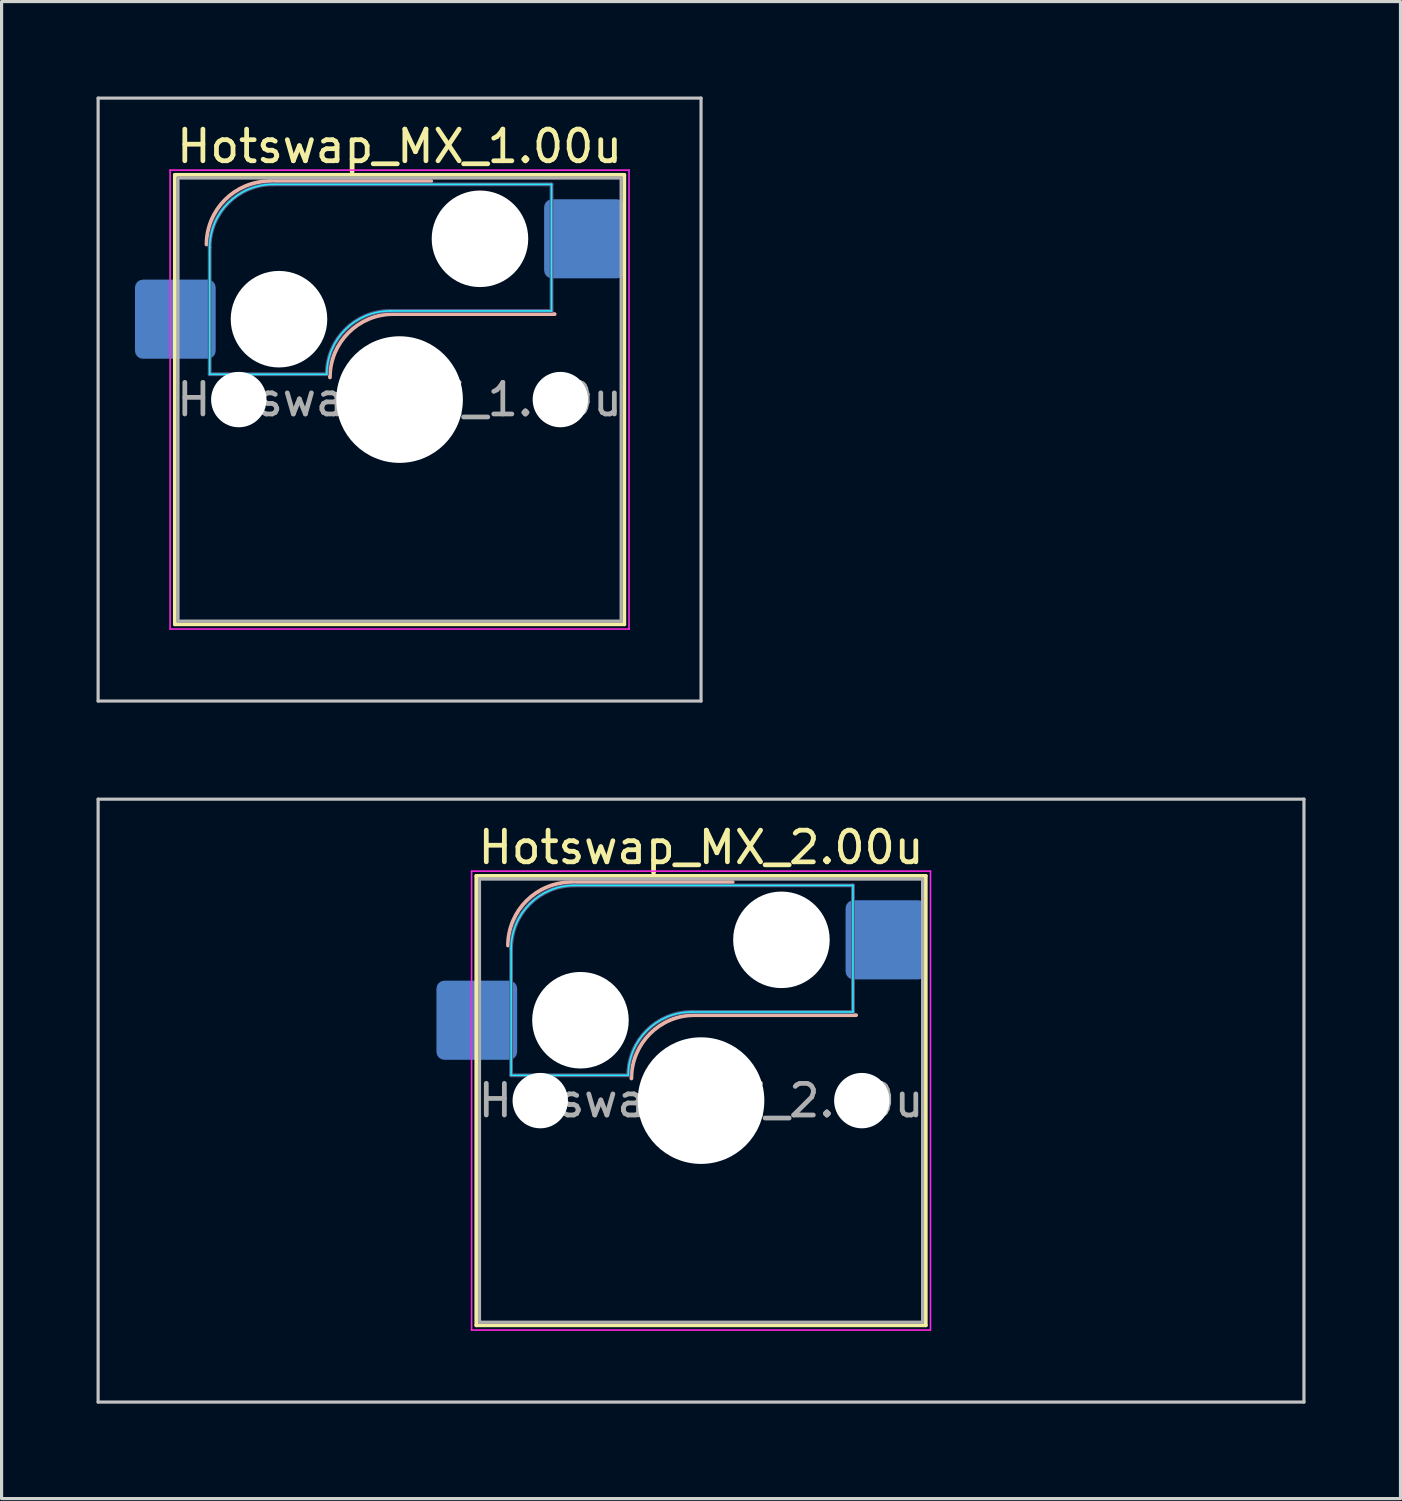
<source format=kicad_pcb>
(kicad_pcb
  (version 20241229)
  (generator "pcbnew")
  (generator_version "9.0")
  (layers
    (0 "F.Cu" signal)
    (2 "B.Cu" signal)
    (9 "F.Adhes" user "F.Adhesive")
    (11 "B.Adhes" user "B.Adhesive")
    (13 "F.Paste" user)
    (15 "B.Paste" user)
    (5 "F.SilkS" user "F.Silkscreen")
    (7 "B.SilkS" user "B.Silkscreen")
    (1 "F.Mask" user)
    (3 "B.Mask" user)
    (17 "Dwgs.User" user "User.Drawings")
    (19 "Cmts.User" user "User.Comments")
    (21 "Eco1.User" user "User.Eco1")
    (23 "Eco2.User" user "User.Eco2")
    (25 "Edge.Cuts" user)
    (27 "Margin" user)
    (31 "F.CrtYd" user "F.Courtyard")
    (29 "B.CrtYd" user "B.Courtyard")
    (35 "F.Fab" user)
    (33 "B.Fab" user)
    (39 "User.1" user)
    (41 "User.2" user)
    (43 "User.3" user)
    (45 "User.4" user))
  (footprint "Hotswap_MX_1.00u"
    (layer "F.Cu")
    (at 9.575 9.575)
    (property "Reference" "Hotswap_MX_1.00u" (at 0 -8 0) (layer "F.SilkS") (effects (font (size 1 1) (thickness 0.15))))
    (attr smd)
    (fp_line (start -7.1 -7.1) (end -7.1 7.1) (stroke (width 0.12) (type solid)) (layer "F.SilkS"))
    (fp_line (start -7.1 7.1) (end 7.1 7.1) (stroke (width 0.12) (type solid)) (layer "F.SilkS"))
    (fp_line (start 7.1 -7.1) (end -7.1 -7.1) (stroke (width 0.12) (type solid)) (layer "F.SilkS"))
    (fp_line (start 7.1 7.1) (end 7.1 -7.1) (stroke (width 0.12) (type solid)) (layer "F.SilkS"))
    (fp_line (start -4.1 -6.9) (end 1 -6.9) (stroke (width 0.12) (type solid)) (layer "B.SilkS"))
    (fp_line (start -0.2 -2.7) (end 4.9 -2.7) (stroke (width 0.12) (type solid)) (layer "B.SilkS"))
    (fp_arc (start -6.1 -4.9) (mid -5.514214 -6.314214) (end -4.1 -6.9) (stroke (width 0.12) (type solid)) (layer "B.SilkS"))
    (fp_arc (start -2.2 -0.7) (mid -1.614214 -2.114214) (end -0.2 -2.7) (stroke (width 0.12) (type solid)) (layer "B.SilkS"))
    (fp_line (start -9.525 -9.525) (end -9.525 9.525) (stroke (width 0.1) (type solid)) (layer "Dwgs.User"))
    (fp_line (start -9.525 9.525) (end 9.525 9.525) (stroke (width 0.1) (type solid)) (layer "Dwgs.User"))
    (fp_line (start 9.525 -9.525) (end -9.525 -9.525) (stroke (width 0.1) (type solid)) (layer "Dwgs.User"))
    (fp_line (start 9.525 9.525) (end 9.525 -9.525) (stroke (width 0.1) (type solid)) (layer "Dwgs.User"))
    (fp_line (start -7.8 -6) (end -7 -6) (stroke (width 0.1) (type solid)) (layer "Eco1.User"))
    (fp_line (start -7.8 -2.9) (end -7.8 -6) (stroke (width 0.1) (type solid)) (layer "Eco1.User"))
    (fp_line (start -7.8 2.9) (end -7 2.9) (stroke (width 0.1) (type solid)) (layer "Eco1.User"))
    (fp_line (start -7.8 6) (end -7.8 2.9) (stroke (width 0.1) (type solid)) (layer "Eco1.User"))
    (fp_line (start -7 -7) (end 7 -7) (stroke (width 0.1) (type solid)) (layer "Eco1.User"))
    (fp_line (start -7 -6) (end -7 -7) (stroke (width 0.1) (type solid)) (layer "Eco1.User"))
    (fp_line (start -7 -2.9) (end -7.8 -2.9) (stroke (width 0.1) (type solid)) (layer "Eco1.User"))
    (fp_line (start -7 2.9) (end -7 -2.9) (stroke (width 0.1) (type solid)) (layer "Eco1.User"))
    (fp_line (start -7 6) (end -7.8 6) (stroke (width 0.1) (type solid)) (layer "Eco1.User"))
    (fp_line (start -7 7) (end -7 6) (stroke (width 0.1) (type solid)) (layer "Eco1.User"))
    (fp_line (start 7 -7) (end 7 -6) (stroke (width 0.1) (type solid)) (layer "Eco1.User"))
    (fp_line (start 7 -6) (end 7.8 -6) (stroke (width 0.1) (type solid)) (layer "Eco1.User"))
    (fp_line (start 7 -2.9) (end 7 2.9) (stroke (width 0.1) (type solid)) (layer "Eco1.User"))
    (fp_line (start 7 2.9) (end 7.8 2.9) (stroke (width 0.1) (type solid)) (layer "Eco1.User"))
    (fp_line (start 7 6) (end 7 7) (stroke (width 0.1) (type solid)) (layer "Eco1.User"))
    (fp_line (start 7 7) (end -7 7) (stroke (width 0.1) (type solid)) (layer "Eco1.User"))
    (fp_line (start 7.8 -6) (end 7.8 -2.9) (stroke (width 0.1) (type solid)) (layer "Eco1.User"))
    (fp_line (start 7.8 -2.9) (end 7 -2.9) (stroke (width 0.1) (type solid)) (layer "Eco1.User"))
    (fp_line (start 7.8 2.9) (end 7.8 6) (stroke (width 0.1) (type solid)) (layer "Eco1.User"))
    (fp_line (start 7.8 6) (end 7 6) (stroke (width 0.1) (type solid)) (layer "Eco1.User"))
    (fp_line (start -6 -0.8) (end -6 -4.8) (stroke (width 0.05) (type solid)) (layer "B.CrtYd"))
    (fp_line (start -6 -0.8) (end -2.3 -0.8) (stroke (width 0.05) (type solid)) (layer "B.CrtYd"))
    (fp_line (start -4 -6.8) (end 4.8 -6.8) (stroke (width 0.05) (type solid)) (layer "B.CrtYd"))
    (fp_line (start -0.3 -2.8) (end 4.8 -2.8) (stroke (width 0.05) (type solid)) (layer "B.CrtYd"))
    (fp_line (start 4.8 -6.8) (end 4.8 -2.8) (stroke (width 0.05) (type solid)) (layer "B.CrtYd"))
    (fp_arc (start -6 -4.8) (mid -5.414214 -6.214214) (end -4 -6.8) (stroke (width 0.05) (type solid)) (layer "B.CrtYd"))
    (fp_arc (start -2.3 -0.8) (mid -1.714214 -2.214214) (end -0.3 -2.8) (stroke (width 0.05) (type solid)) (layer "B.CrtYd"))
    (fp_line (start -7.25 -7.25) (end -7.25 7.25) (stroke (width 0.05) (type solid)) (layer "F.CrtYd"))
    (fp_line (start -7.25 7.25) (end 7.25 7.25) (stroke (width 0.05) (type solid)) (layer "F.CrtYd"))
    (fp_line (start 7.25 -7.25) (end -7.25 -7.25) (stroke (width 0.05) (type solid)) (layer "F.CrtYd"))
    (fp_line (start 7.25 7.25) (end 7.25 -7.25) (stroke (width 0.05) (type solid)) (layer "F.CrtYd"))
    (fp_line (start -6 -0.8) (end -6 -4.8) (stroke (width 0.12) (type solid)) (layer "B.Fab"))
    (fp_line (start -6 -0.8) (end -2.3 -0.8) (stroke (width 0.12) (type solid)) (layer "B.Fab"))
    (fp_line (start -4 -6.8) (end 4.8 -6.8) (stroke (width 0.12) (type solid)) (layer "B.Fab"))
    (fp_line (start -0.3 -2.8) (end 4.8 -2.8) (stroke (width 0.12) (type solid)) (layer "B.Fab"))
    (fp_line (start 4.8 -6.8) (end 4.8 -2.8) (stroke (width 0.12) (type solid)) (layer "B.Fab"))
    (fp_arc (start -6 -4.8) (mid -5.414214 -6.214214) (end -4 -6.8) (stroke (width 0.12) (type solid)) (layer "B.Fab"))
    (fp_arc (start -2.3 -0.8) (mid -1.714214 -2.214214) (end -0.3 -2.8) (stroke (width 0.12) (type solid)) (layer "B.Fab"))
    (fp_line (start -7 -7) (end -7 7) (stroke (width 0.1) (type solid)) (layer "F.Fab"))
    (fp_line (start -7 7) (end 7 7) (stroke (width 0.1) (type solid)) (layer "F.Fab"))
    (fp_line (start 7 -7) (end -7 -7) (stroke (width 0.1) (type solid)) (layer "F.Fab"))
    (fp_line (start 7 7) (end 7 -7) (stroke (width 0.1) (type solid)) (layer "F.Fab"))
    (fp_rect (start -7 -7) (end 7 7) (stroke (width 0.12) (type default)) (fill no) (layer "User.1"))
    (fp_text user "${REFERENCE}" (at 0 0 0) (layer "F.Fab") (effects (font (size 1 1) (thickness 0.15))))
    (pad "" np_thru_hole circle (at -5.08 0) (size 1.75 1.75) (drill 1.75) (layers "*.Cu" "*.Mask"))
    (pad "" np_thru_hole circle (at -3.81 -2.54) (size 3.05 3.05) (drill 3.05) (layers "*.Cu" "*.Mask"))
    (pad "" np_thru_hole circle (at 0 0) (size 4 4) (drill 4) (layers "*.Cu" "*.Mask"))
    (pad "" np_thru_hole circle (at 2.54 -5.08) (size 3.05 3.05) (drill 3.05) (layers "*.Cu" "*.Mask"))
    (pad "" np_thru_hole circle (at 5.08 0) (size 1.75 1.75) (drill 1.75) (layers "*.Cu" "*.Mask"))
    (pad "1" smd roundrect (at -7.085 -2.54) (size 2.55 2.5) (layers "B.Cu" "B.Mask" "B.Paste") (roundrect_rratio 0.1))
    (pad "2" smd roundrect (at 5.842 -5.08) (size 2.55 2.5) (layers "B.Cu" "B.Mask" "B.Paste") (roundrect_rratio 0.1)))
  (footprint "Hotswap_MX_2.00u"
    (layer "F.Cu")
    (at 19.1 31.725)
    (property "Reference" "Hotswap_MX_2.00u" (at 0 -8 0) (layer "F.SilkS") (effects (font (size 1 1) (thickness 0.15))))
    (attr smd)
    (fp_line (start -7.1 -7.1) (end -7.1 7.1) (stroke (width 0.12) (type solid)) (layer "F.SilkS"))
    (fp_line (start -7.1 7.1) (end 7.1 7.1) (stroke (width 0.12) (type solid)) (layer "F.SilkS"))
    (fp_line (start 7.1 -7.1) (end -7.1 -7.1) (stroke (width 0.12) (type solid)) (layer "F.SilkS"))
    (fp_line (start 7.1 7.1) (end 7.1 -7.1) (stroke (width 0.12) (type solid)) (layer "F.SilkS"))
    (fp_line (start -4.1 -6.9) (end 1 -6.9) (stroke (width 0.12) (type solid)) (layer "B.SilkS"))
    (fp_line (start -0.2 -2.7) (end 4.9 -2.7) (stroke (width 0.12) (type solid)) (layer "B.SilkS"))
    (fp_arc (start -6.1 -4.9) (mid -5.514214 -6.314214) (end -4.1 -6.9) (stroke (width 0.12) (type solid)) (layer "B.SilkS"))
    (fp_arc (start -2.2 -0.7) (mid -1.614214 -2.114214) (end -0.2 -2.7) (stroke (width 0.12) (type solid)) (layer "B.SilkS"))
    (fp_line (start -19.05 -9.525) (end -19.05 9.525) (stroke (width 0.1) (type solid)) (layer "Dwgs.User"))
    (fp_line (start -19.05 9.525) (end 19.05 9.525) (stroke (width 0.1) (type solid)) (layer "Dwgs.User"))
    (fp_line (start 19.05 -9.525) (end -19.05 -9.525) (stroke (width 0.1) (type solid)) (layer "Dwgs.User"))
    (fp_line (start 19.05 9.525) (end 19.05 -9.525) (stroke (width 0.1) (type solid)) (layer "Dwgs.User"))
    (fp_line (start -7.8 -6) (end -7 -6) (stroke (width 0.1) (type solid)) (layer "Eco1.User"))
    (fp_line (start -7.8 -2.9) (end -7.8 -6) (stroke (width 0.1) (type solid)) (layer "Eco1.User"))
    (fp_line (start -7.8 2.9) (end -7 2.9) (stroke (width 0.1) (type solid)) (layer "Eco1.User"))
    (fp_line (start -7.8 6) (end -7.8 2.9) (stroke (width 0.1) (type solid)) (layer "Eco1.User"))
    (fp_line (start -7 -7) (end 7 -7) (stroke (width 0.1) (type solid)) (layer "Eco1.User"))
    (fp_line (start -7 -6) (end -7 -7) (stroke (width 0.1) (type solid)) (layer "Eco1.User"))
    (fp_line (start -7 -2.9) (end -7.8 -2.9) (stroke (width 0.1) (type solid)) (layer "Eco1.User"))
    (fp_line (start -7 2.9) (end -7 -2.9) (stroke (width 0.1) (type solid)) (layer "Eco1.User"))
    (fp_line (start -7 6) (end -7.8 6) (stroke (width 0.1) (type solid)) (layer "Eco1.User"))
    (fp_line (start -7 7) (end -7 6) (stroke (width 0.1) (type solid)) (layer "Eco1.User"))
    (fp_line (start 7 -7) (end 7 -6) (stroke (width 0.1) (type solid)) (layer "Eco1.User"))
    (fp_line (start 7 -6) (end 7.8 -6) (stroke (width 0.1) (type solid)) (layer "Eco1.User"))
    (fp_line (start 7 -2.9) (end 7 2.9) (stroke (width 0.1) (type solid)) (layer "Eco1.User"))
    (fp_line (start 7 2.9) (end 7.8 2.9) (stroke (width 0.1) (type solid)) (layer "Eco1.User"))
    (fp_line (start 7 6) (end 7 7) (stroke (width 0.1) (type solid)) (layer "Eco1.User"))
    (fp_line (start 7 7) (end -7 7) (stroke (width 0.1) (type solid)) (layer "Eco1.User"))
    (fp_line (start 7.8 -6) (end 7.8 -2.9) (stroke (width 0.1) (type solid)) (layer "Eco1.User"))
    (fp_line (start 7.8 -2.9) (end 7 -2.9) (stroke (width 0.1) (type solid)) (layer "Eco1.User"))
    (fp_line (start 7.8 2.9) (end 7.8 6) (stroke (width 0.1) (type solid)) (layer "Eco1.User"))
    (fp_line (start 7.8 6) (end 7 6) (stroke (width 0.1) (type solid)) (layer "Eco1.User"))
    (fp_line (start -6 -0.8) (end -6 -4.8) (stroke (width 0.05) (type solid)) (layer "B.CrtYd"))
    (fp_line (start -6 -0.8) (end -2.3 -0.8) (stroke (width 0.05) (type solid)) (layer "B.CrtYd"))
    (fp_line (start -4 -6.8) (end 4.8 -6.8) (stroke (width 0.05) (type solid)) (layer "B.CrtYd"))
    (fp_line (start -0.3 -2.8) (end 4.8 -2.8) (stroke (width 0.05) (type solid)) (layer "B.CrtYd"))
    (fp_line (start 4.8 -6.8) (end 4.8 -2.8) (stroke (width 0.05) (type solid)) (layer "B.CrtYd"))
    (fp_arc (start -6 -4.8) (mid -5.414214 -6.214214) (end -4 -6.8) (stroke (width 0.05) (type solid)) (layer "B.CrtYd"))
    (fp_arc (start -2.3 -0.8) (mid -1.714214 -2.214214) (end -0.3 -2.8) (stroke (width 0.05) (type solid)) (layer "B.CrtYd"))
    (fp_line (start -7.25 -7.25) (end -7.25 7.25) (stroke (width 0.05) (type solid)) (layer "F.CrtYd"))
    (fp_line (start -7.25 7.25) (end 7.25 7.25) (stroke (width 0.05) (type solid)) (layer "F.CrtYd"))
    (fp_line (start 7.25 -7.25) (end -7.25 -7.25) (stroke (width 0.05) (type solid)) (layer "F.CrtYd"))
    (fp_line (start 7.25 7.25) (end 7.25 -7.25) (stroke (width 0.05) (type solid)) (layer "F.CrtYd"))
    (fp_line (start -6 -0.8) (end -6 -4.8) (stroke (width 0.12) (type solid)) (layer "B.Fab"))
    (fp_line (start -6 -0.8) (end -2.3 -0.8) (stroke (width 0.12) (type solid)) (layer "B.Fab"))
    (fp_line (start -4 -6.8) (end 4.8 -6.8) (stroke (width 0.12) (type solid)) (layer "B.Fab"))
    (fp_line (start -0.3 -2.8) (end 4.8 -2.8) (stroke (width 0.12) (type solid)) (layer "B.Fab"))
    (fp_line (start 4.8 -6.8) (end 4.8 -2.8) (stroke (width 0.12) (type solid)) (layer "B.Fab"))
    (fp_arc (start -6 -4.8) (mid -5.414214 -6.214214) (end -4 -6.8) (stroke (width 0.12) (type solid)) (layer "B.Fab"))
    (fp_arc (start -2.3 -0.8) (mid -1.714214 -2.214214) (end -0.3 -2.8) (stroke (width 0.12) (type solid)) (layer "B.Fab"))
    (fp_line (start -7 -7) (end -7 7) (stroke (width 0.1) (type solid)) (layer "F.Fab"))
    (fp_line (start -7 7) (end 7 7) (stroke (width 0.1) (type solid)) (layer "F.Fab"))
    (fp_line (start 7 -7) (end -7 -7) (stroke (width 0.1) (type solid)) (layer "F.Fab"))
    (fp_line (start 7 7) (end 7 -7) (stroke (width 0.1) (type solid)) (layer "F.Fab"))
    (fp_rect (start -7 -7) (end 7 7) (stroke (width 0.12) (type default)) (fill no) (layer "User.1"))
    (fp_text user "${REFERENCE}" (at 0 0 0) (layer "F.Fab") (effects (font (size 1 1) (thickness 0.15))))
    (pad "" np_thru_hole circle (at -5.08 0) (size 1.75 1.75) (drill 1.75) (layers "*.Cu" "*.Mask"))
    (pad "" np_thru_hole circle (at -3.81 -2.54) (size 3.05 3.05) (drill 3.05) (layers "*.Cu" "*.Mask"))
    (pad "" np_thru_hole circle (at 0 0) (size 4 4) (drill 4) (layers "*.Cu" "*.Mask"))
    (pad "" np_thru_hole circle (at 2.54 -5.08) (size 3.05 3.05) (drill 3.05) (layers "*.Cu" "*.Mask"))
    (pad "" np_thru_hole circle (at 5.08 0) (size 1.75 1.75) (drill 1.75) (layers "*.Cu" "*.Mask"))
    (pad "1" smd roundrect (at -7.085 -2.54) (size 2.55 2.5) (layers "B.Cu" "B.Mask" "B.Paste") (roundrect_rratio 0.1))
    (pad "2" smd roundrect (at 5.842 -5.08) (size 2.55 2.5) (layers "B.Cu" "B.Mask" "B.Paste") (roundrect_rratio 0.1)))
  (gr_rect
    (start -3 -3)
    (end 41.2 44.3)
    (stroke (width 0.1) (type default))
    (fill no)
    (layer "Edge.Cuts")))
</source>
